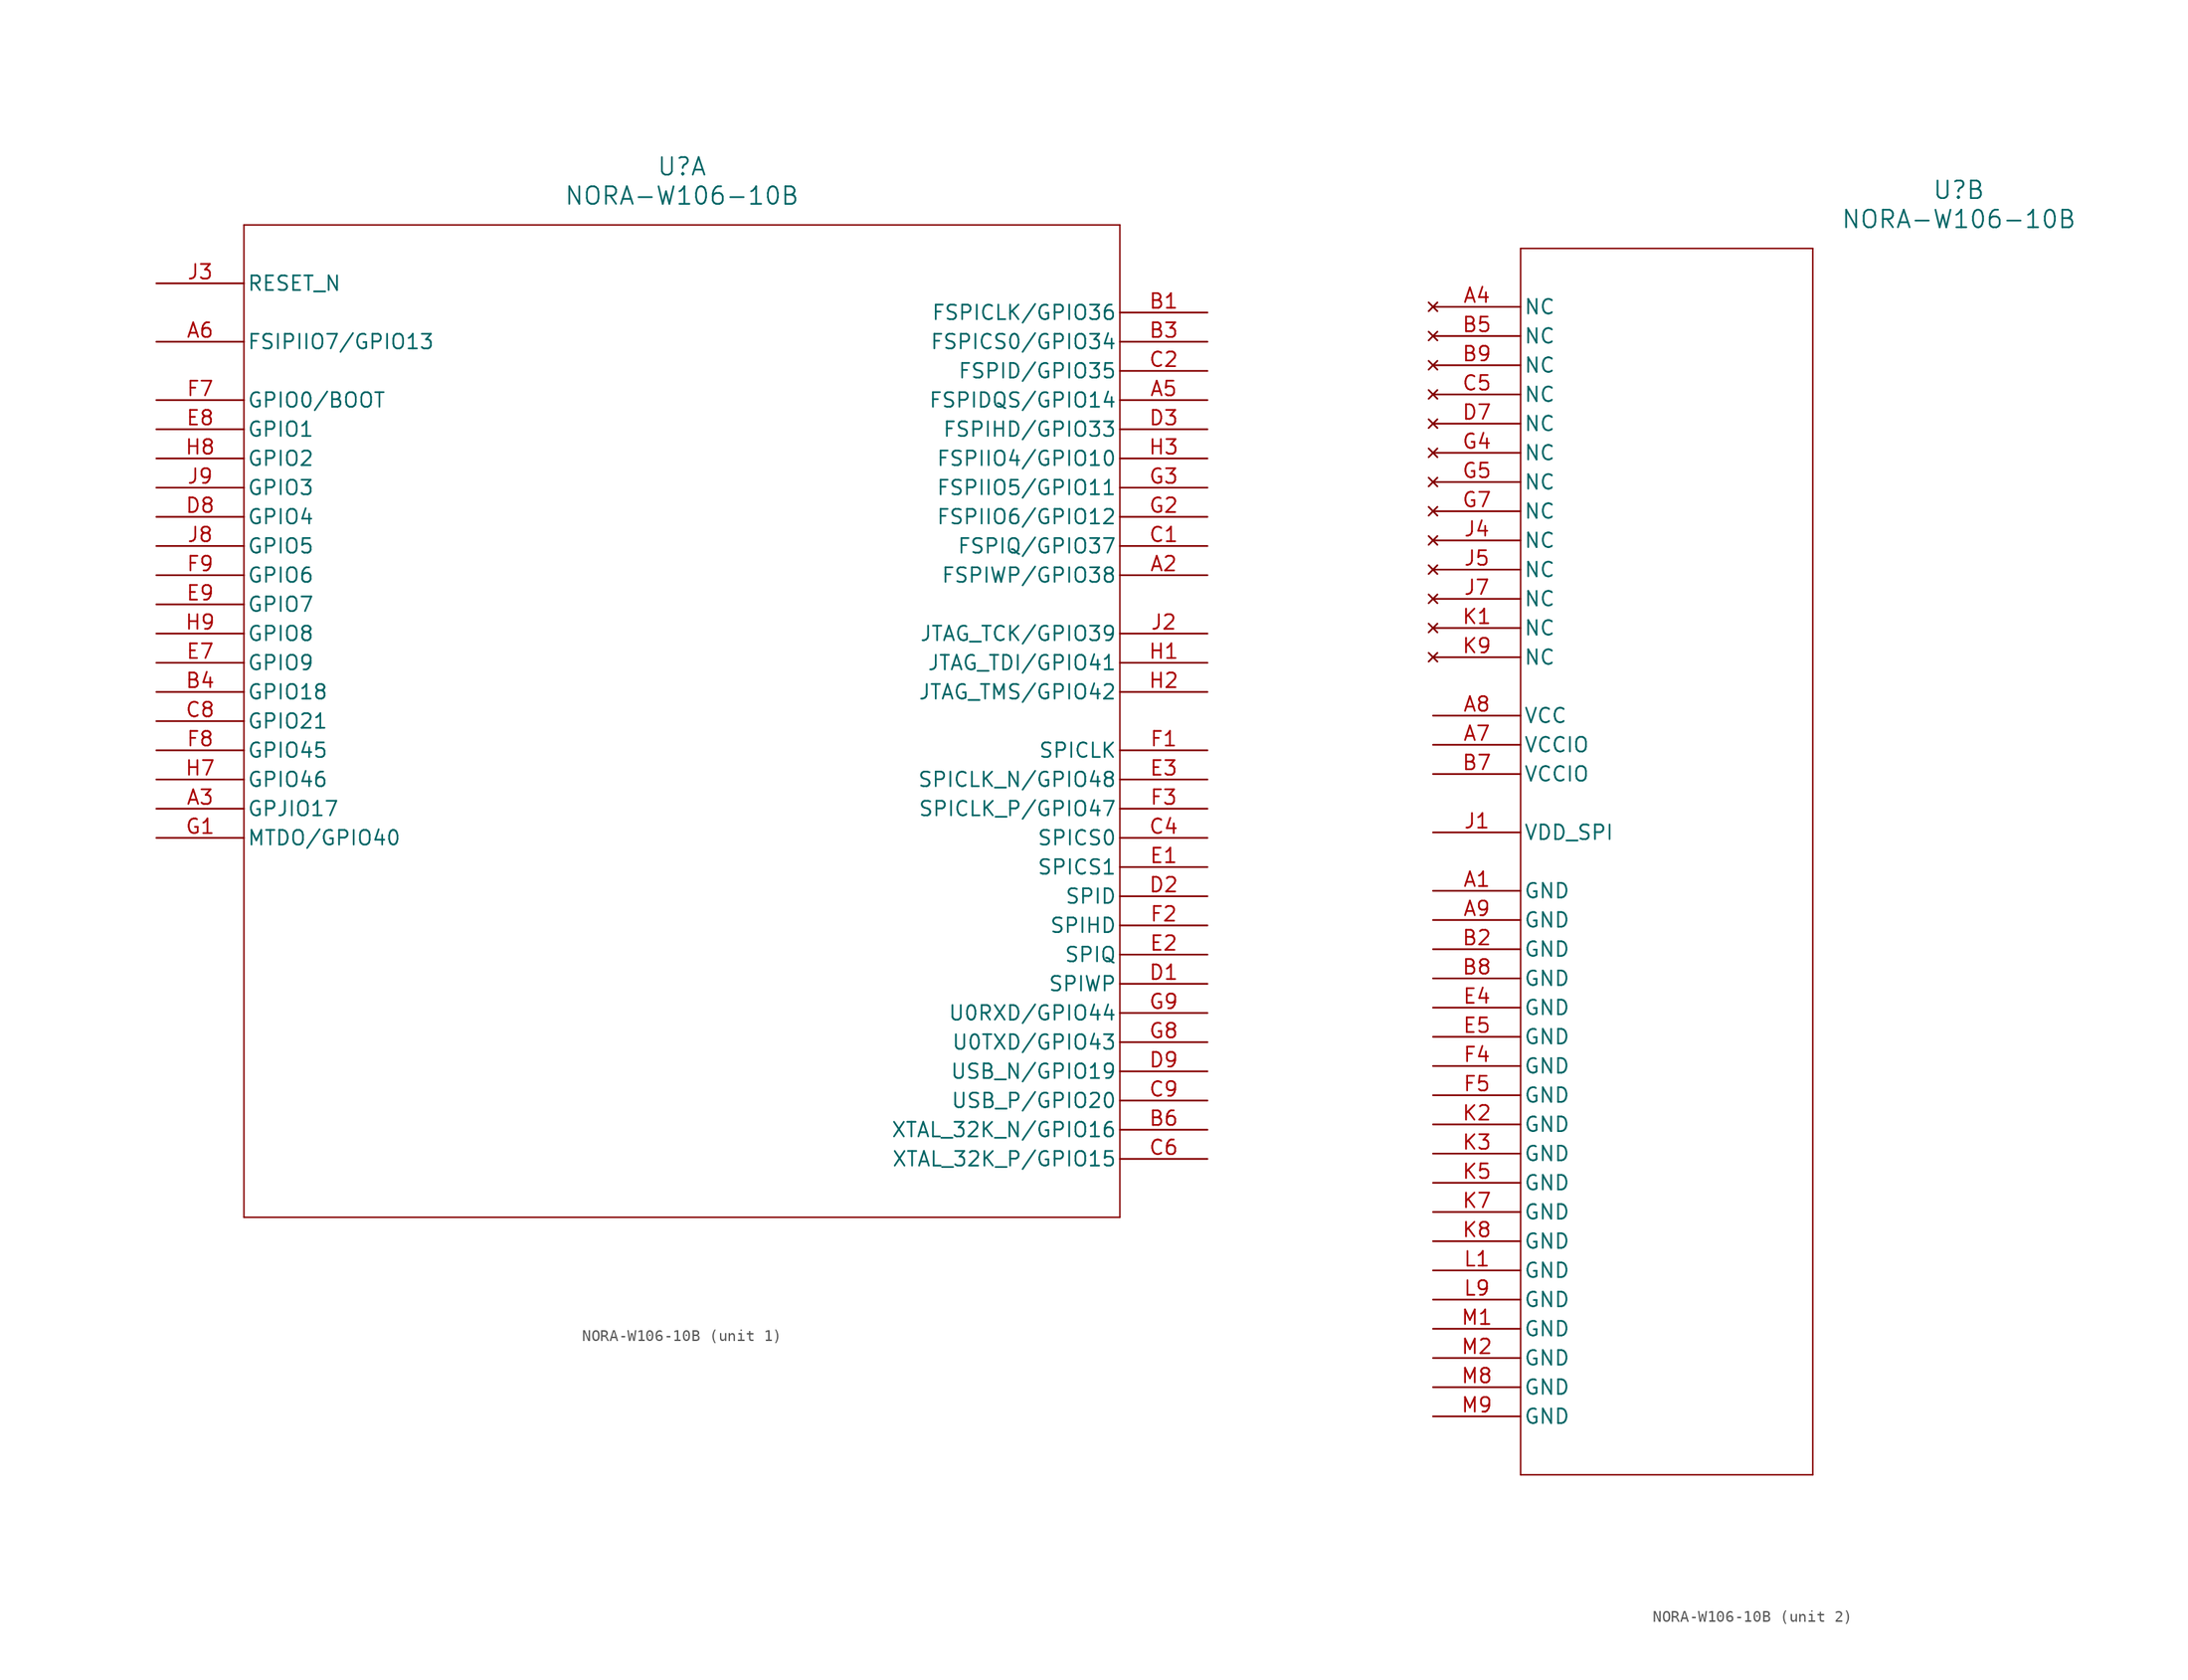
<source format=kicad_sym>
(kicad_symbol_lib
  (version 20231120)
  (generator "kicad_symbol_editor")
  (generator_version "8.0")
  (symbol "NORA-W106-10B"
    (pin_names
      (offset 0.254))
    (property "Reference" "U"
      (at 45.72 10.16 0)
      (effects (font (size 1.524 1.524))))
    (property "Value" "NORA-W106-10B"
      (at 45.72 7.62 0)
      (effects (font (size 1.524 1.524))))
    (property "ki_locked" ""
      (at 0 0 0)
      (effects (font (size 1.27 1.27))))
    (symbol "NORA-W106-10B_1_1"
      (polyline (pts (xy 7.62 -81.28) (xy 83.82 -81.28)) (stroke (width 0.127) (type default)) (fill (type none)))
      (polyline (pts (xy 7.62 5.08) (xy 7.62 -81.28)) (stroke (width 0.127) (type default)) (fill (type none)))
      (polyline (pts (xy 83.82 -81.28) (xy 83.82 5.08)) (stroke (width 0.127) (type default)) (fill (type none)))
      (polyline (pts (xy 83.82 5.08) (xy 7.62 5.08)) (stroke (width 0.127) (type default)) (fill (type none)))
      (pin bidirectional line (at 91.44 -25.4 180) (length 7.62) (name "FSPIWP/GPIO38" (effects (font (size 1.27 1.27)))) (number "A2" (effects (font (size 1.27 1.27)))))
      (pin bidirectional line (at 0 -45.72 0) (length 7.62) (name "GPJIO17" (effects (font (size 1.27 1.27)))) (number "A3" (effects (font (size 1.27 1.27)))))
      (pin bidirectional line (at 91.44 -10.16 180) (length 7.62) (name "FSPIDQS/GPIO14" (effects (font (size 1.27 1.27)))) (number "A5" (effects (font (size 1.27 1.27)))))
      (pin bidirectional line (at 0 -5.08 0) (length 7.62) (name "FSIPIIO7/GPIO13" (effects (font (size 1.27 1.27)))) (number "A6" (effects (font (size 1.27 1.27)))))
      (pin bidirectional line (at 91.44 -2.54 180) (length 7.62) (name "FSPICLK/GPIO36" (effects (font (size 1.27 1.27)))) (number "B1" (effects (font (size 1.27 1.27)))))
      (pin bidirectional line (at 91.44 -5.08 180) (length 7.62) (name "FSPICS0/GPIO34" (effects (font (size 1.27 1.27)))) (number "B3" (effects (font (size 1.27 1.27)))))
      (pin bidirectional line (at 0 -35.56 0) (length 7.62) (name "GPIO18" (effects (font (size 1.27 1.27)))) (number "B4" (effects (font (size 1.27 1.27)))))
      (pin bidirectional line (at 91.44 -73.66 180) (length 7.62) (name "XTAL_32K_N/GPIO16" (effects (font (size 1.27 1.27)))) (number "B6" (effects (font (size 1.27 1.27)))))
      (pin bidirectional line (at 91.44 -22.86 180) (length 7.62) (name "FSPIQ/GPIO37" (effects (font (size 1.27 1.27)))) (number "C1" (effects (font (size 1.27 1.27)))))
      (pin bidirectional line (at 91.44 -7.62 180) (length 7.62) (name "FSPID/GPIO35" (effects (font (size 1.27 1.27)))) (number "C2" (effects (font (size 1.27 1.27)))))
      (pin bidirectional line (at 91.44 -48.26 180) (length 7.62) (name "SPICS0" (effects (font (size 1.27 1.27)))) (number "C4" (effects (font (size 1.27 1.27)))))
      (pin bidirectional line (at 91.44 -76.2 180) (length 7.62) (name "XTAL_32K_P/GPIO15" (effects (font (size 1.27 1.27)))) (number "C6" (effects (font (size 1.27 1.27)))))
      (pin bidirectional line (at 0 -38.1 0) (length 7.62) (name "GPIO21" (effects (font (size 1.27 1.27)))) (number "C8" (effects (font (size 1.27 1.27)))))
      (pin bidirectional line (at 91.44 -71.12 180) (length 7.62) (name "USB_P/GPIO20" (effects (font (size 1.27 1.27)))) (number "C9" (effects (font (size 1.27 1.27)))))
      (pin bidirectional line (at 91.44 -60.96 180) (length 7.62) (name "SPIWP" (effects (font (size 1.27 1.27)))) (number "D1" (effects (font (size 1.27 1.27)))))
      (pin bidirectional line (at 91.44 -53.34 180) (length 7.62) (name "SPID" (effects (font (size 1.27 1.27)))) (number "D2" (effects (font (size 1.27 1.27)))))
      (pin bidirectional line (at 91.44 -12.7 180) (length 7.62) (name "FSPIHD/GPIO33" (effects (font (size 1.27 1.27)))) (number "D3" (effects (font (size 1.27 1.27)))))
      (pin bidirectional line (at 0 -20.32 0) (length 7.62) (name "GPIO4" (effects (font (size 1.27 1.27)))) (number "D8" (effects (font (size 1.27 1.27)))))
      (pin bidirectional line (at 91.44 -68.58 180) (length 7.62) (name "USB_N/GPIO19" (effects (font (size 1.27 1.27)))) (number "D9" (effects (font (size 1.27 1.27)))))
      (pin bidirectional line (at 91.44 -50.8 180) (length 7.62) (name "SPICS1" (effects (font (size 1.27 1.27)))) (number "E1" (effects (font (size 1.27 1.27)))))
      (pin bidirectional line (at 91.44 -58.42 180) (length 7.62) (name "SPIQ" (effects (font (size 1.27 1.27)))) (number "E2" (effects (font (size 1.27 1.27)))))
      (pin bidirectional line (at 91.44 -43.18 180) (length 7.62) (name "SPICLK_N/GPIO48" (effects (font (size 1.27 1.27)))) (number "E3" (effects (font (size 1.27 1.27)))))
      (pin bidirectional line (at 0 -33.02 0) (length 7.62) (name "GPIO9" (effects (font (size 1.27 1.27)))) (number "E7" (effects (font (size 1.27 1.27)))))
      (pin bidirectional line (at 0 -12.7 0) (length 7.62) (name "GPIO1" (effects (font (size 1.27 1.27)))) (number "E8" (effects (font (size 1.27 1.27)))))
      (pin bidirectional line (at 0 -27.94 0) (length 7.62) (name "GPIO7" (effects (font (size 1.27 1.27)))) (number "E9" (effects (font (size 1.27 1.27)))))
      (pin bidirectional line (at 91.44 -40.64 180) (length 7.62) (name "SPICLK" (effects (font (size 1.27 1.27)))) (number "F1" (effects (font (size 1.27 1.27)))))
      (pin bidirectional line (at 91.44 -55.88 180) (length 7.62) (name "SPIHD" (effects (font (size 1.27 1.27)))) (number "F2" (effects (font (size 1.27 1.27)))))
      (pin bidirectional line (at 91.44 -45.72 180) (length 7.62) (name "SPICLK_P/GPIO47" (effects (font (size 1.27 1.27)))) (number "F3" (effects (font (size 1.27 1.27)))))
      (pin bidirectional line (at 0 -10.16 0) (length 7.62) (name "GPIO0/BOOT" (effects (font (size 1.27 1.27)))) (number "F7" (effects (font (size 1.27 1.27)))))
      (pin bidirectional line (at 0 -40.64 0) (length 7.62) (name "GPIO45" (effects (font (size 1.27 1.27)))) (number "F8" (effects (font (size 1.27 1.27)))))
      (pin bidirectional line (at 0 -25.4 0) (length 7.62) (name "GPIO6" (effects (font (size 1.27 1.27)))) (number "F9" (effects (font (size 1.27 1.27)))))
      (pin bidirectional line (at 0 -48.26 0) (length 7.62) (name "MTDO/GPIO40" (effects (font (size 1.27 1.27)))) (number "G1" (effects (font (size 1.27 1.27)))))
      (pin bidirectional line (at 91.44 -20.32 180) (length 7.62) (name "FSPIIO6/GPIO12" (effects (font (size 1.27 1.27)))) (number "G2" (effects (font (size 1.27 1.27)))))
      (pin bidirectional line (at 91.44 -17.78 180) (length 7.62) (name "FSPIIO5/GPIO11" (effects (font (size 1.27 1.27)))) (number "G3" (effects (font (size 1.27 1.27)))))
      (pin bidirectional line (at 91.44 -66.04 180) (length 7.62) (name "U0TXD/GPIO43" (effects (font (size 1.27 1.27)))) (number "G8" (effects (font (size 1.27 1.27)))))
      (pin bidirectional line (at 91.44 -63.5 180) (length 7.62) (name "U0RXD/GPIO44" (effects (font (size 1.27 1.27)))) (number "G9" (effects (font (size 1.27 1.27)))))
      (pin bidirectional line (at 91.44 -33.02 180) (length 7.62) (name "JTAG_TDI/GPIO41" (effects (font (size 1.27 1.27)))) (number "H1" (effects (font (size 1.27 1.27)))))
      (pin bidirectional line (at 91.44 -35.56 180) (length 7.62) (name "JTAG_TMS/GPIO42" (effects (font (size 1.27 1.27)))) (number "H2" (effects (font (size 1.27 1.27)))))
      (pin bidirectional line (at 91.44 -15.24 180) (length 7.62) (name "FSPIIO4/GPIO10" (effects (font (size 1.27 1.27)))) (number "H3" (effects (font (size 1.27 1.27)))))
      (pin bidirectional line (at 0 -43.18 0) (length 7.62) (name "GPIO46" (effects (font (size 1.27 1.27)))) (number "H7" (effects (font (size 1.27 1.27)))))
      (pin bidirectional line (at 0 -15.24 0) (length 7.62) (name "GPIO2" (effects (font (size 1.27 1.27)))) (number "H8" (effects (font (size 1.27 1.27)))))
      (pin bidirectional line (at 0 -30.48 0) (length 7.62) (name "GPIO8" (effects (font (size 1.27 1.27)))) (number "H9" (effects (font (size 1.27 1.27)))))
      (pin bidirectional line (at 91.44 -30.48 180) (length 7.62) (name "JTAG_TCK/GPIO39" (effects (font (size 1.27 1.27)))) (number "J2" (effects (font (size 1.27 1.27)))))
      (pin input line (at 0 0 0) (length 7.62) (name "RESET_N" (effects (font (size 1.27 1.27)))) (number "J3" (effects (font (size 1.27 1.27)))))
      (pin bidirectional line (at 0 -22.86 0) (length 7.62) (name "GPIO5" (effects (font (size 1.27 1.27)))) (number "J8" (effects (font (size 1.27 1.27)))))
      (pin bidirectional line (at 0 -17.78 0) (length 7.62) (name "GPIO3" (effects (font (size 1.27 1.27)))) (number "J9" (effects (font (size 1.27 1.27))))))
    (symbol "NORA-W106-10B_2_1"
      (polyline (pts (xy 7.62 -101.6) (xy 33.02 -101.6)) (stroke (width 0.127) (type default)) (fill (type none)))
      (polyline (pts (xy 7.62 5.08) (xy 7.62 -101.6)) (stroke (width 0.127) (type default)) (fill (type none)))
      (polyline (pts (xy 33.02 -101.6) (xy 33.02 5.08)) (stroke (width 0.127) (type default)) (fill (type none)))
      (polyline (pts (xy 33.02 5.08) (xy 7.62 5.08)) (stroke (width 0.127) (type default)) (fill (type none)))
      (pin power_out line (at 0 -50.8 0) (length 7.62) (name "GND" (effects (font (size 1.27 1.27)))) (number "A1" (effects (font (size 1.27 1.27)))))
      (pin no_connect line (at 0 0 0) (length 7.62) (name "NC" (effects (font (size 1.27 1.27)))) (number "A4" (effects (font (size 1.27 1.27)))))
      (pin power_in line (at 0 -38.1 0) (length 7.62) (name "VCCIO" (effects (font (size 1.27 1.27)))) (number "A7" (effects (font (size 1.27 1.27)))))
      (pin power_in line (at 0 -35.56 0) (length 7.62) (name "VCC" (effects (font (size 1.27 1.27)))) (number "A8" (effects (font (size 1.27 1.27)))))
      (pin power_out line (at 0 -53.34 0) (length 7.62) (name "GND" (effects (font (size 1.27 1.27)))) (number "A9" (effects (font (size 1.27 1.27)))))
      (pin power_out line (at 0 -55.88 0) (length 7.62) (name "GND" (effects (font (size 1.27 1.27)))) (number "B2" (effects (font (size 1.27 1.27)))))
      (pin no_connect line (at 0 -2.54 0) (length 7.62) (name "NC" (effects (font (size 1.27 1.27)))) (number "B5" (effects (font (size 1.27 1.27)))))
      (pin power_in line (at 0 -40.64 0) (length 7.62) (name "VCCIO" (effects (font (size 1.27 1.27)))) (number "B7" (effects (font (size 1.27 1.27)))))
      (pin power_out line (at 0 -58.42 0) (length 7.62) (name "GND" (effects (font (size 1.27 1.27)))) (number "B8" (effects (font (size 1.27 1.27)))))
      (pin no_connect line (at 0 -5.08 0) (length 7.62) (name "NC" (effects (font (size 1.27 1.27)))) (number "B9" (effects (font (size 1.27 1.27)))))
      (pin no_connect line (at 0 -7.62 0) (length 7.62) (name "NC" (effects (font (size 1.27 1.27)))) (number "C5" (effects (font (size 1.27 1.27)))))
      (pin no_connect line (at 0 -10.16 0) (length 7.62) (name "NC" (effects (font (size 1.27 1.27)))) (number "D7" (effects (font (size 1.27 1.27)))))
      (pin power_out line (at 0 -60.96 0) (length 7.62) (name "GND" (effects (font (size 1.27 1.27)))) (number "E4" (effects (font (size 1.27 1.27)))))
      (pin power_out line (at 0 -63.5 0) (length 7.62) (name "GND" (effects (font (size 1.27 1.27)))) (number "E5" (effects (font (size 1.27 1.27)))))
      (pin power_out line (at 0 -66.04 0) (length 7.62) (name "GND" (effects (font (size 1.27 1.27)))) (number "F4" (effects (font (size 1.27 1.27)))))
      (pin power_out line (at 0 -68.58 0) (length 7.62) (name "GND" (effects (font (size 1.27 1.27)))) (number "F5" (effects (font (size 1.27 1.27)))))
      (pin no_connect line (at 0 -12.7 0) (length 7.62) (name "NC" (effects (font (size 1.27 1.27)))) (number "G4" (effects (font (size 1.27 1.27)))))
      (pin no_connect line (at 0 -15.24 0) (length 7.62) (name "NC" (effects (font (size 1.27 1.27)))) (number "G5" (effects (font (size 1.27 1.27)))))
      (pin no_connect line (at 0 -17.78 0) (length 7.62) (name "NC" (effects (font (size 1.27 1.27)))) (number "G7" (effects (font (size 1.27 1.27)))))
      (pin power_in line (at 0 -45.72 0) (length 7.62) (name "VDD_SPI" (effects (font (size 1.27 1.27)))) (number "J1" (effects (font (size 1.27 1.27)))))
      (pin no_connect line (at 0 -20.32 0) (length 7.62) (name "NC" (effects (font (size 1.27 1.27)))) (number "J4" (effects (font (size 1.27 1.27)))))
      (pin no_connect line (at 0 -22.86 0) (length 7.62) (name "NC" (effects (font (size 1.27 1.27)))) (number "J5" (effects (font (size 1.27 1.27)))))
      (pin no_connect line (at 0 -25.4 0) (length 7.62) (name "NC" (effects (font (size 1.27 1.27)))) (number "J7" (effects (font (size 1.27 1.27)))))
      (pin no_connect line (at 0 -27.94 0) (length 7.62) (name "NC" (effects (font (size 1.27 1.27)))) (number "K1" (effects (font (size 1.27 1.27)))))
      (pin power_out line (at 0 -71.12 0) (length 7.62) (name "GND" (effects (font (size 1.27 1.27)))) (number "K2" (effects (font (size 1.27 1.27)))))
      (pin power_out line (at 0 -73.66 0) (length 7.62) (name "GND" (effects (font (size 1.27 1.27)))) (number "K3" (effects (font (size 1.27 1.27)))))
      (pin power_out line (at 0 -76.2 0) (length 7.62) (name "GND" (effects (font (size 1.27 1.27)))) (number "K5" (effects (font (size 1.27 1.27)))))
      (pin power_out line (at 0 -78.74 0) (length 7.62) (name "GND" (effects (font (size 1.27 1.27)))) (number "K7" (effects (font (size 1.27 1.27)))))
      (pin power_out line (at 0 -81.28 0) (length 7.62) (name "GND" (effects (font (size 1.27 1.27)))) (number "K8" (effects (font (size 1.27 1.27)))))
      (pin no_connect line (at 0 -30.48 0) (length 7.62) (name "NC" (effects (font (size 1.27 1.27)))) (number "K9" (effects (font (size 1.27 1.27)))))
      (pin power_out line (at 0 -83.82 0) (length 7.62) (name "GND" (effects (font (size 1.27 1.27)))) (number "L1" (effects (font (size 1.27 1.27)))))
      (pin power_out line (at 0 -86.36 0) (length 7.62) (name "GND" (effects (font (size 1.27 1.27)))) (number "L9" (effects (font (size 1.27 1.27)))))
      (pin power_out line (at 0 -88.9 0) (length 7.62) (name "GND" (effects (font (size 1.27 1.27)))) (number "M1" (effects (font (size 1.27 1.27)))))
      (pin power_out line (at 0 -91.44 0) (length 7.62) (name "GND" (effects (font (size 1.27 1.27)))) (number "M2" (effects (font (size 1.27 1.27)))))
      (pin power_out line (at 0 -93.98 0) (length 7.62) (name "GND" (effects (font (size 1.27 1.27)))) (number "M8" (effects (font (size 1.27 1.27)))))
      (pin power_out line (at 0 -96.52 0) (length 7.62) (name "GND" (effects (font (size 1.27 1.27)))) (number "M9" (effects (font (size 1.27 1.27))))))))
</source>
